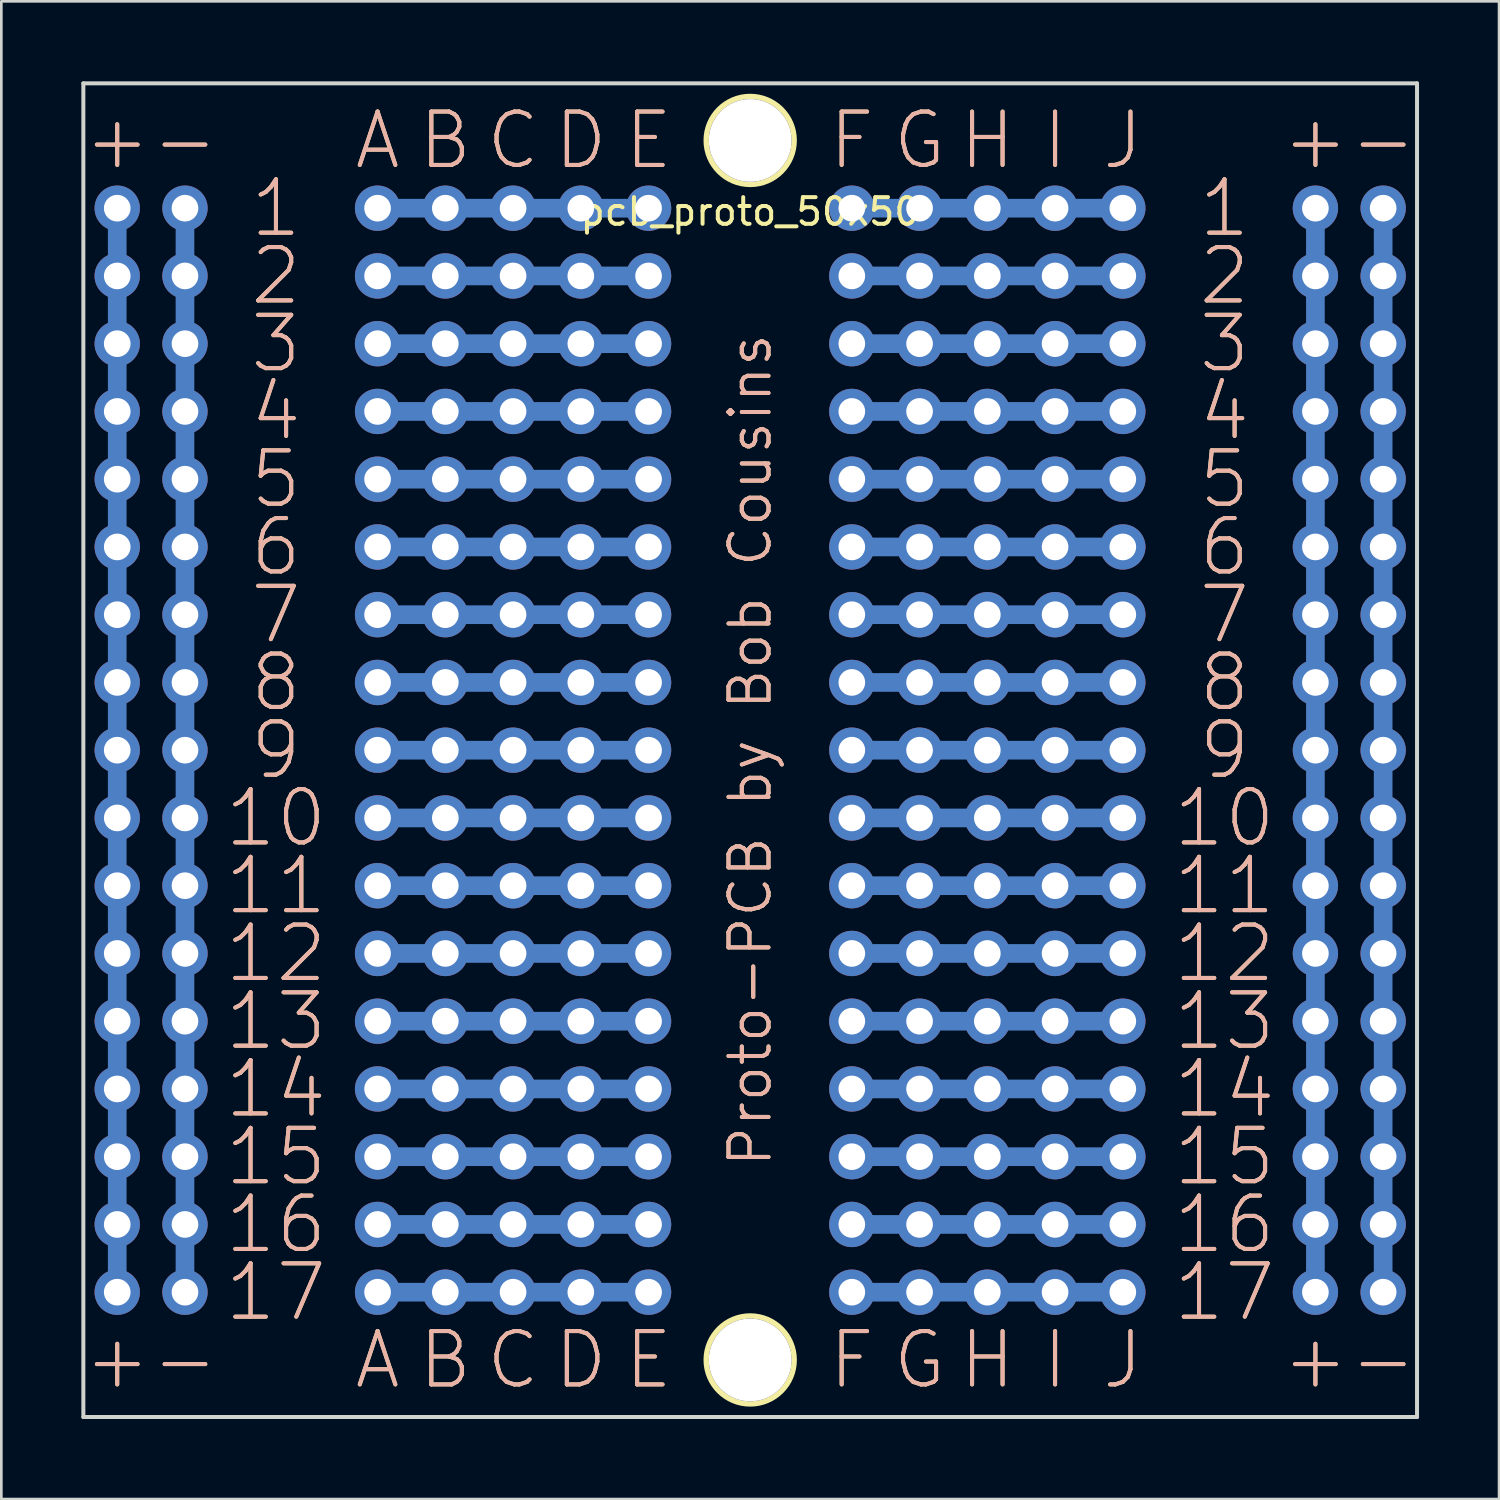
<source format=kicad_pcb>
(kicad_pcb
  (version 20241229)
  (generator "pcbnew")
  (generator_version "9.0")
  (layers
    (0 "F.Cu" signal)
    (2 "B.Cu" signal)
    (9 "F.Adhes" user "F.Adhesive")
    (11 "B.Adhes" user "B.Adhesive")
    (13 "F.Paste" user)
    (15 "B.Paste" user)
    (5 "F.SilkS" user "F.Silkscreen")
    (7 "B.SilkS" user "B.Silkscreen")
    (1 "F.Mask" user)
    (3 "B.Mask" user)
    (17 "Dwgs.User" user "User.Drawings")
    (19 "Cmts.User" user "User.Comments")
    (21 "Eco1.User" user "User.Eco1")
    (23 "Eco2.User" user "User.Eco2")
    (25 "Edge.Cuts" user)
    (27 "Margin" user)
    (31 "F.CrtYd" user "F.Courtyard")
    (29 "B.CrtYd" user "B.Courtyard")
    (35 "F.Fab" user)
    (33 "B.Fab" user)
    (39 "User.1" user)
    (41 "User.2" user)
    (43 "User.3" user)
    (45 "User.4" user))
  (footprint "pcb_proto_50x50"
    (layer "F.Cu")
    (at 25.075 3.885)
    (property "Reference" "pcb_proto_50x50" (at 0 1 0) (layer "F.SilkS") (effects (font (size 1 1) (thickness 0.15))))
    (attr through_hole)
    (fp_circle (center 0 -1.67) (end 1.65 -1.67) (stroke (width 0.2) (type solid)) (fill no) (layer "F.SilkS"))
    (fp_circle (center 0 44.05) (end 1.65 44.05) (stroke (width 0.2) (type solid)) (fill no) (layer "F.SilkS"))
    (fp_line (start -25 -3.81) (end -25 46.19) (stroke (width 0.15) (type solid)) (layer "Edge.Cuts"))
    (fp_line (start -25 46.19) (end 25 46.19) (stroke (width 0.15) (type solid)) (layer "Edge.Cuts"))
    (fp_line (start 25 -3.81) (end -25 -3.81) (stroke (width 0.15) (type solid)) (layer "Edge.Cuts"))
    (fp_line (start 25 46.19) (end 25 -3.81) (stroke (width 0.15) (type solid)) (layer "Edge.Cuts"))
    (fp_text user "H" (at 8.89 44.05 0) (layer "F.SilkS") (effects (font (size 2 2) (thickness 0.15))))
    (fp_text user "16" (at -17.78 38.97 0) (layer "F.SilkS") (effects (font (size 2 2) (thickness 0.15))))
    (fp_text user "G" (at 6.35 -1.67 0) (layer "F.SilkS") (effects (font (size 2 2) (thickness 0.15))))
    (fp_text user "9" (at -17.78 21.19 0) (layer "F.SilkS") (effects (font (size 2 2) (thickness 0.15))))
    (fp_text user "D" (at -6.35 44.05 0) (layer "F.SilkS") (effects (font (size 2 2) (thickness 0.15))))
    (fp_text user "4" (at 17.78 8.49 0) (layer "F.SilkS") (effects (font (size 2 2) (thickness 0.15))))
    (fp_text user "A" (at -13.97 44.05 0) (layer "F.SilkS") (effects (font (size 2 2) (thickness 0.15))))
    (fp_text user "6" (at -17.78 13.57 0) (layer "F.SilkS") (effects (font (size 2 2) (thickness 0.15))))
    (fp_text user "+" (at 21.19 -1.67 0) (layer "F.SilkS") (effects (font (size 2 2) (thickness 0.15))))
    (fp_text user "8" (at -17.78 18.65 0) (layer "F.SilkS") (effects (font (size 2 2) (thickness 0.15))))
    (fp_text user "-" (at 23.73 44.05 0) (layer "F.SilkS") (effects (font (size 2 2) (thickness 0.15))))
    (fp_text user "13" (at 17.78 31.35 0) (layer "F.SilkS") (effects (font (size 2 2) (thickness 0.15))))
    (fp_text user "11" (at 17.78 26.27 0) (layer "F.SilkS") (effects (font (size 2 2) (thickness 0.15))))
    (fp_text user "E" (at -3.81 -1.67 0) (layer "F.SilkS") (effects (font (size 2 2) (thickness 0.15))))
    (fp_text user "-" (at -21.19 -1.67 0) (layer "F.SilkS") (effects (font (size 2 2) (thickness 0.15))))
    (fp_text user "7" (at -17.78 16.11 0) (layer "F.SilkS") (effects (font (size 2 2) (thickness 0.15))))
    (fp_text user "J" (at 13.97 44.05 0) (layer "F.SilkS") (effects (font (size 2 2) (thickness 0.15))))
    (fp_text user "3" (at 17.78 5.95 0) (layer "F.SilkS") (effects (font (size 2 2) (thickness 0.15))))
    (fp_text user "16" (at 17.78 38.97 0) (layer "F.SilkS") (effects (font (size 2 2) (thickness 0.15))))
    (fp_text user "2" (at 17.78 3.41 0) (layer "F.SilkS") (effects (font (size 2 2) (thickness 0.15))))
    (fp_text user "11" (at -17.78 26.27 0) (layer "F.SilkS") (effects (font (size 2 2) (thickness 0.15))))
    (fp_text user "+" (at 21.19 44.05 0) (layer "F.SilkS") (effects (font (size 2 2) (thickness 0.15))))
    (fp_text user "3" (at -17.78 5.95 0) (layer "F.SilkS") (effects (font (size 2 2) (thickness 0.15))))
    (fp_text user "B" (at -11.43 -1.67 0) (layer "F.SilkS") (effects (font (size 2 2) (thickness 0.15))))
    (fp_text user "B" (at -11.43 44.05 0) (layer "F.SilkS") (effects (font (size 2 2) (thickness 0.15))))
    (fp_text user "I" (at 11.43 44.05 0) (layer "F.SilkS") (effects (font (size 2 2) (thickness 0.15))))
    (fp_text user "15" (at -17.78 36.43 0) (layer "F.SilkS") (effects (font (size 2 2) (thickness 0.15))))
    (fp_text user "9" (at 17.78 21.19 0) (layer "F.SilkS") (effects (font (size 2 2) (thickness 0.15))))
    (fp_text user "F" (at 3.81 44.05 0) (layer "F.SilkS") (effects (font (size 2 2) (thickness 0.15))))
    (fp_text user "5" (at -17.78 11.03 0) (layer "F.SilkS") (effects (font (size 2 2) (thickness 0.15))))
    (fp_text user "J" (at 13.97 -1.67 0) (layer "F.SilkS") (effects (font (size 2 2) (thickness 0.15))))
    (fp_text user "-" (at 23.73 -1.67 0) (layer "F.SilkS") (effects (font (size 2 2) (thickness 0.15))))
    (fp_text user "12" (at -17.78 28.81 0) (layer "F.SilkS") (effects (font (size 2 2) (thickness 0.15))))
    (fp_text user "6" (at 17.78 13.57 0) (layer "F.SilkS") (effects (font (size 2 2) (thickness 0.15))))
    (fp_text user "1" (at -17.78 0.87 0) (layer "F.SilkS") (effects (font (size 2 2) (thickness 0.15))))
    (fp_text user "D" (at -6.35 -1.67 0) (layer "F.SilkS") (effects (font (size 2 2) (thickness 0.15))))
    (fp_text user "C" (at -8.89 44.05 0) (layer "F.SilkS") (effects (font (size 2 2) (thickness 0.15))))
    (fp_text user "A" (at -13.97 -1.67 0) (layer "F.SilkS") (effects (font (size 2 2) (thickness 0.15))))
    (fp_text user "13" (at -17.78 31.35 0) (layer "F.SilkS") (effects (font (size 2 2) (thickness 0.15))))
    (fp_text user "1" (at 17.78 0.87 0) (layer "F.SilkS") (effects (font (size 2 2) (thickness 0.15))))
    (fp_text user "F" (at 3.81 -1.67 0) (layer "F.SilkS") (effects (font (size 2 2) (thickness 0.15))))
    (fp_text user "10" (at -17.78 23.73 0) (layer "F.SilkS") (effects (font (size 2 2) (thickness 0.15))))
    (fp_text user "Proto-PCB by Bob Cousins" (at 0 21.19 90) (layer "F.SilkS") (effects (font (size 1.5 1.5) (thickness 0.15))))
    (fp_text user "14" (at 17.78 33.89 0) (layer "F.SilkS") (effects (font (size 2 2) (thickness 0.15))))
    (fp_text user "+" (at -23.73 -1.67 0) (layer "F.SilkS") (effects (font (size 2 2) (thickness 0.15))))
    (fp_text user "17" (at 17.78 41.51 0) (layer "F.SilkS") (effects (font (size 2 2) (thickness 0.15))))
    (fp_text user "C" (at -8.89 -1.67 0) (layer "F.SilkS") (effects (font (size 2 2) (thickness 0.15))))
    (fp_text user "G" (at 6.35 44.05 0) (layer "F.SilkS") (effects (font (size 2 2) (thickness 0.15))))
    (fp_text user "E" (at -3.81 44.05 0) (layer "F.SilkS") (effects (font (size 2 2) (thickness 0.15))))
    (fp_text user "+" (at -23.73 44.05 0) (layer "F.SilkS") (effects (font (size 2 2) (thickness 0.15))))
    (fp_text user "4" (at -17.78 8.49 0) (layer "F.SilkS") (effects (font (size 2 2) (thickness 0.15))))
    (fp_text user "17" (at -17.78 41.51 0) (layer "F.SilkS") (effects (font (size 2 2) (thickness 0.15))))
    (fp_text user "2" (at -17.78 3.41 0) (layer "F.SilkS") (effects (font (size 2 2) (thickness 0.15))))
    (fp_text user "10" (at 17.78 23.73 0) (layer "F.SilkS") (effects (font (size 2 2) (thickness 0.15))))
    (fp_text user "15" (at 17.78 36.43 0) (layer "F.SilkS") (effects (font (size 2 2) (thickness 0.15))))
    (fp_text user "14" (at -17.78 33.89 0) (layer "F.SilkS") (effects (font (size 2 2) (thickness 0.15))))
    (fp_text user "5" (at 17.78 11.03 0) (layer "F.SilkS") (effects (font (size 2 2) (thickness 0.15))))
    (fp_text user "12" (at 17.78 28.81 0) (layer "F.SilkS") (effects (font (size 2 2) (thickness 0.15))))
    (fp_text user "8" (at 17.78 18.65 0) (layer "F.SilkS") (effects (font (size 2 2) (thickness 0.15))))
    (fp_text user "I" (at 11.43 -1.67 0) (layer "F.SilkS") (effects (font (size 2 2) (thickness 0.15))))
    (fp_text user "H" (at 8.89 -1.67 0) (layer "F.SilkS") (effects (font (size 2 2) (thickness 0.15))))
    (fp_text user "7" (at 17.78 16.11 0) (layer "F.SilkS") (effects (font (size 2 2) (thickness 0.15))))
    (fp_text user "-" (at -21.19 44.05 0) (layer "F.SilkS") (effects (font (size 2 2) (thickness 0.15))))
    (fp_text user "16" (at 17.78 38.97 180) (layer "B.SilkS") (effects (font (size 2 2) (thickness 0.15))))
    (fp_text user "-" (at -21.19 -1.67 180) (layer "B.SilkS") (effects (font (size 2 2) (thickness 0.15))))
    (fp_text user "17" (at -17.78 41.51 180) (layer "B.SilkS") (effects (font (size 2 2) (thickness 0.15))))
    (fp_text user "+" (at -23.73 44.05 180) (layer "B.SilkS") (effects (font (size 2 2) (thickness 0.15))))
    (fp_text user "4" (at -17.78 8.49 180) (layer "B.SilkS") (effects (font (size 2 2) (thickness 0.15))))
    (fp_text user "8" (at -17.78 18.65 180) (layer "B.SilkS") (effects (font (size 2 2) (thickness 0.15))))
    (fp_text user "+" (at -23.73 -1.67 180) (layer "B.SilkS") (effects (font (size 2 2) (thickness 0.15))))
    (fp_text user "J" (at 13.97 -1.67 180) (layer "B.SilkS") (effects (font (size 2 2) (thickness 0.15))))
    (fp_text user "11" (at -17.78 26.27 180) (layer "B.SilkS") (effects (font (size 2 2) (thickness 0.15))))
    (fp_text user "17" (at 17.78 41.51 180) (layer "B.SilkS") (effects (font (size 2 2) (thickness 0.15))))
    (fp_text user "4" (at 17.78 8.49 180) (layer "B.SilkS") (effects (font (size 2 2) (thickness 0.15))))
    (fp_text user "C" (at -8.89 -1.67 180) (layer "B.SilkS") (effects (font (size 2 2) (thickness 0.15))))
    (fp_text user "E" (at -3.81 44.05 180) (layer "B.SilkS") (effects (font (size 2 2) (thickness 0.15))))
    (fp_text user "5" (at 17.78 11.03 180) (layer "B.SilkS") (effects (font (size 2 2) (thickness 0.15))))
    (fp_text user "H" (at 8.89 44.05 180) (layer "B.SilkS") (effects (font (size 2 2) (thickness 0.15))))
    (fp_text user "H" (at 8.89 -1.67 180) (layer "B.SilkS") (effects (font (size 2 2) (thickness 0.15))))
    (fp_text user "J" (at 13.97 44.05 180) (layer "B.SilkS") (effects (font (size 2 2) (thickness 0.15))))
    (fp_text user "F" (at 3.81 -1.67 180) (layer "B.SilkS") (effects (font (size 2 2) (thickness 0.15))))
    (fp_text user "2" (at 17.78 3.41 180) (layer "B.SilkS") (effects (font (size 2 2) (thickness 0.15))))
    (fp_text user "D" (at -6.35 -1.67 180) (layer "B.SilkS") (effects (font (size 2 2) (thickness 0.15))))
    (fp_text user "3" (at -17.78 5.95 180) (layer "B.SilkS") (effects (font (size 2 2) (thickness 0.15))))
    (fp_text user "D" (at -6.35 44.05 180) (layer "B.SilkS") (effects (font (size 2 2) (thickness 0.15))))
    (fp_text user "14" (at -17.78 33.89 180) (layer "B.SilkS") (effects (font (size 2 2) (thickness 0.15))))
    (fp_text user "1" (at -17.78 0.87 180) (layer "B.SilkS") (effects (font (size 2 2) (thickness 0.15))))
    (fp_text user "Proto-PCB by Bob Cousins" (at 0 21.19 270) (layer "B.SilkS") (effects (font (size 1.5 1.5) (thickness 0.15))))
    (fp_text user "G" (at 6.35 -1.67 180) (layer "B.SilkS") (effects (font (size 2 2) (thickness 0.15))))
    (fp_text user "B" (at -11.43 -1.67 180) (layer "B.SilkS") (effects (font (size 2 2) (thickness 0.15))))
    (fp_text user "E" (at -3.81 -1.67 180) (layer "B.SilkS") (effects (font (size 2 2) (thickness 0.15))))
    (fp_text user "I" (at 11.43 -1.67 180) (layer "B.SilkS") (effects (font (size 2 2) (thickness 0.15))))
    (fp_text user "9" (at -17.78 21.19 180) (layer "B.SilkS") (effects (font (size 2 2) (thickness 0.15))))
    (fp_text user "10" (at -17.78 23.73 180) (layer "B.SilkS") (effects (font (size 2 2) (thickness 0.15))))
    (fp_text user "I" (at 11.43 44.05 180) (layer "B.SilkS") (effects (font (size 2 2) (thickness 0.15))))
    (fp_text user "15" (at -17.78 36.43 180) (layer "B.SilkS") (effects (font (size 2 2) (thickness 0.15))))
    (fp_text user "+" (at 21.19 44.05 180) (layer "B.SilkS") (effects (font (size 2 2) (thickness 0.15))))
    (fp_text user "8" (at 17.78 18.65 180) (layer "B.SilkS") (effects (font (size 2 2) (thickness 0.15))))
    (fp_text user "7" (at 17.78 16.11 180) (layer "B.SilkS") (effects (font (size 2 2) (thickness 0.15))))
    (fp_text user "B" (at -11.43 44.05 180) (layer "B.SilkS") (effects (font (size 2 2) (thickness 0.15))))
    (fp_text user "6" (at -17.78 13.57 180) (layer "B.SilkS") (effects (font (size 2 2) (thickness 0.15))))
    (fp_text user "12" (at -17.78 28.81 180) (layer "B.SilkS") (effects (font (size 2 2) (thickness 0.15))))
    (fp_text user "7" (at -17.78 16.11 180) (layer "B.SilkS") (effects (font (size 2 2) (thickness 0.15))))
    (fp_text user "2" (at -17.78 3.41 180) (layer "B.SilkS") (effects (font (size 2 2) (thickness 0.15))))
    (fp_text user "13" (at -17.78 31.35 180) (layer "B.SilkS") (effects (font (size 2 2) (thickness 0.15))))
    (fp_text user "3" (at 17.78 5.95 180) (layer "B.SilkS") (effects (font (size 2 2) (thickness 0.15))))
    (fp_text user "13" (at 17.78 31.35 180) (layer "B.SilkS") (effects (font (size 2 2) (thickness 0.15))))
    (fp_text user "10" (at 17.78 23.73 180) (layer "B.SilkS") (effects (font (size 2 2) (thickness 0.15))))
    (fp_text user "A" (at -13.97 44.05 180) (layer "B.SilkS") (effects (font (size 2 2) (thickness 0.15))))
    (fp_text user "15" (at 17.78 36.43 180) (layer "B.SilkS") (effects (font (size 2 2) (thickness 0.15))))
    (fp_text user "6" (at 17.78 13.57 180) (layer "B.SilkS") (effects (font (size 2 2) (thickness 0.15))))
    (fp_text user "A" (at -13.97 -1.67 180) (layer "B.SilkS") (effects (font (size 2 2) (thickness 0.15))))
    (fp_text user "-" (at 23.73 -1.67 180) (layer "B.SilkS") (effects (font (size 2 2) (thickness 0.15))))
    (fp_text user "12" (at 17.78 28.81 180) (layer "B.SilkS") (effects (font (size 2 2) (thickness 0.15))))
    (fp_text user "G" (at 6.35 44.05 180) (layer "B.SilkS") (effects (font (size 2 2) (thickness 0.15))))
    (fp_text user "1" (at 17.78 0.87 180) (layer "B.SilkS") (effects (font (size 2 2) (thickness 0.15))))
    (fp_text user "11" (at 17.78 26.27 180) (layer "B.SilkS") (effects (font (size 2 2) (thickness 0.15))))
    (fp_text user "16" (at -17.78 38.97 180) (layer "B.SilkS") (effects (font (size 2 2) (thickness 0.15))))
    (fp_text user "-" (at 23.73 44.05 180) (layer "B.SilkS") (effects (font (size 2 2) (thickness 0.15))))
    (fp_text user "F" (at 3.81 44.05 180) (layer "B.SilkS") (effects (font (size 2 2) (thickness 0.15))))
    (fp_text user "5" (at -17.78 11.03 180) (layer "B.SilkS") (effects (font (size 2 2) (thickness 0.15))))
    (fp_text user "9" (at 17.78 21.19 180) (layer "B.SilkS") (effects (font (size 2 2) (thickness 0.15))))
    (fp_text user "-" (at -21.19 44.05 180) (layer "B.SilkS") (effects (font (size 2 2) (thickness 0.15))))
    (fp_text user "C" (at -8.89 44.05 180) (layer "B.SilkS") (effects (font (size 2 2) (thickness 0.15))))
    (fp_text user "+" (at 21.19 -1.67 180) (layer "B.SilkS") (effects (font (size 2 2) (thickness 0.15))))
    (fp_text user "14" (at 17.78 33.89 180) (layer "B.SilkS") (effects (font (size 2 2) (thickness 0.15))))
    (pad "" thru_hole circle (at -23.73 0.87) (size 1.7 1.7) (drill 1) (layers "*.Cu" "*.Mask"))
    (pad "" thru_hole circle (at -23.73 3.41) (size 1.7 1.7) (drill 1) (layers "*.Cu" "*.Mask"))
    (pad "" thru_hole circle (at -23.73 5.95) (size 1.7 1.7) (drill 1) (layers "*.Cu" "*.Mask"))
    (pad "" thru_hole circle (at -23.73 8.49) (size 1.7 1.7) (drill 1) (layers "*.Cu" "*.Mask"))
    (pad "" thru_hole circle (at -23.73 11.03) (size 1.7 1.7) (drill 1) (layers "*.Cu" "*.Mask"))
    (pad "" thru_hole circle (at -23.73 13.57) (size 1.7 1.7) (drill 1) (layers "*.Cu" "*.Mask"))
    (pad "" thru_hole circle (at -23.73 16.11) (size 1.7 1.7) (drill 1) (layers "*.Cu" "*.Mask"))
    (pad "" thru_hole circle (at -23.73 18.65) (size 1.7 1.7) (drill 1) (layers "*.Cu" "*.Mask"))
    (pad "" smd rect (at -23.73 21.19) (size 0.7 40.64) (layers "B.Cu" "B.Mask"))
    (pad "" thru_hole circle (at -23.73 21.19) (size 1.7 1.7) (drill 1) (layers "*.Cu" "*.Mask"))
    (pad "" thru_hole circle (at -23.73 23.73) (size 1.7 1.7) (drill 1) (layers "*.Cu" "*.Mask"))
    (pad "" thru_hole circle (at -23.73 26.27) (size 1.7 1.7) (drill 1) (layers "*.Cu" "*.Mask"))
    (pad "" thru_hole circle (at -23.73 28.81) (size 1.7 1.7) (drill 1) (layers "*.Cu" "*.Mask"))
    (pad "" thru_hole circle (at -23.73 31.35) (size 1.7 1.7) (drill 1) (layers "*.Cu" "*.Mask"))
    (pad "" thru_hole circle (at -23.73 33.89) (size 1.7 1.7) (drill 1) (layers "*.Cu" "*.Mask"))
    (pad "" thru_hole circle (at -23.73 36.43) (size 1.7 1.7) (drill 1) (layers "*.Cu" "*.Mask"))
    (pad "" thru_hole circle (at -23.73 38.97) (size 1.7 1.7) (drill 1) (layers "*.Cu" "*.Mask"))
    (pad "" thru_hole circle (at -23.73 41.51) (size 1.7 1.7) (drill 1) (layers "*.Cu" "*.Mask"))
    (pad "" thru_hole circle (at -21.19 0.87) (size 1.7 1.7) (drill 1) (layers "*.Cu" "*.Mask"))
    (pad "" thru_hole circle (at -21.19 3.41) (size 1.7 1.7) (drill 1) (layers "*.Cu" "*.Mask"))
    (pad "" thru_hole circle (at -21.19 5.95) (size 1.7 1.7) (drill 1) (layers "*.Cu" "*.Mask"))
    (pad "" thru_hole circle (at -21.19 8.49) (size 1.7 1.7) (drill 1) (layers "*.Cu" "*.Mask"))
    (pad "" thru_hole circle (at -21.19 11.03) (size 1.7 1.7) (drill 1) (layers "*.Cu" "*.Mask"))
    (pad "" thru_hole circle (at -21.19 13.57) (size 1.7 1.7) (drill 1) (layers "*.Cu" "*.Mask"))
    (pad "" thru_hole circle (at -21.19 16.11) (size 1.7 1.7) (drill 1) (layers "*.Cu" "*.Mask"))
    (pad "" thru_hole circle (at -21.19 18.65) (size 1.7 1.7) (drill 1) (layers "*.Cu" "*.Mask"))
    (pad "" smd rect (at -21.19 21.19) (size 0.7 40.64) (layers "B.Cu" "B.Mask"))
    (pad "" thru_hole circle (at -21.19 21.19) (size 1.7 1.7) (drill 1) (layers "*.Cu" "*.Mask"))
    (pad "" thru_hole circle (at -21.19 23.73) (size 1.7 1.7) (drill 1) (layers "*.Cu" "*.Mask"))
    (pad "" thru_hole circle (at -21.19 26.27) (size 1.7 1.7) (drill 1) (layers "*.Cu" "*.Mask"))
    (pad "" thru_hole circle (at -21.19 28.81) (size 1.7 1.7) (drill 1) (layers "*.Cu" "*.Mask"))
    (pad "" thru_hole circle (at -21.19 31.35) (size 1.7 1.7) (drill 1) (layers "*.Cu" "*.Mask"))
    (pad "" thru_hole circle (at -21.19 33.89) (size 1.7 1.7) (drill 1) (layers "*.Cu" "*.Mask"))
    (pad "" thru_hole circle (at -21.19 36.43) (size 1.7 1.7) (drill 1) (layers "*.Cu" "*.Mask"))
    (pad "" thru_hole circle (at -21.19 38.97) (size 1.7 1.7) (drill 1) (layers "*.Cu" "*.Mask"))
    (pad "" thru_hole circle (at -21.19 41.51) (size 1.7 1.7) (drill 1) (layers "*.Cu" "*.Mask"))
    (pad "" thru_hole circle (at -13.97 0.87) (size 1.7 1.7) (drill 1) (layers "*.Cu" "*.Mask"))
    (pad "" thru_hole circle (at -13.97 3.41) (size 1.7 1.7) (drill 1) (layers "*.Cu" "*.Mask"))
    (pad "" thru_hole circle (at -13.97 5.95) (size 1.7 1.7) (drill 1) (layers "*.Cu" "*.Mask"))
    (pad "" thru_hole circle (at -13.97 8.49) (size 1.7 1.7) (drill 1) (layers "*.Cu" "*.Mask"))
    (pad "" thru_hole circle (at -13.97 11.03) (size 1.7 1.7) (drill 1) (layers "*.Cu" "*.Mask"))
    (pad "" thru_hole circle (at -13.97 13.57) (size 1.7 1.7) (drill 1) (layers "*.Cu" "*.Mask"))
    (pad "" thru_hole circle (at -13.97 16.11) (size 1.7 1.7) (drill 1) (layers "*.Cu" "*.Mask"))
    (pad "" thru_hole circle (at -13.97 18.65) (size 1.7 1.7) (drill 1) (layers "*.Cu" "*.Mask"))
    (pad "" thru_hole circle (at -13.97 21.19) (size 1.7 1.7) (drill 1) (layers "*.Cu" "*.Mask"))
    (pad "" thru_hole circle (at -13.97 23.73) (size 1.7 1.7) (drill 1) (layers "*.Cu" "*.Mask"))
    (pad "" thru_hole circle (at -13.97 26.27) (size 1.7 1.7) (drill 1) (layers "*.Cu" "*.Mask"))
    (pad "" thru_hole circle (at -13.97 28.81) (size 1.7 1.7) (drill 1) (layers "*.Cu" "*.Mask"))
    (pad "" thru_hole circle (at -13.97 31.35) (size 1.7 1.7) (drill 1) (layers "*.Cu" "*.Mask"))
    (pad "" thru_hole circle (at -13.97 33.89) (size 1.7 1.7) (drill 1) (layers "*.Cu" "*.Mask"))
    (pad "" thru_hole circle (at -13.97 36.43) (size 1.7 1.7) (drill 1) (layers "*.Cu" "*.Mask"))
    (pad "" thru_hole circle (at -13.97 38.97) (size 1.7 1.7) (drill 1) (layers "*.Cu" "*.Mask"))
    (pad "" thru_hole circle (at -13.97 41.51) (size 1.7 1.7) (drill 1) (layers "*.Cu" "*.Mask"))
    (pad "" thru_hole circle (at -11.43 0.87) (size 1.7 1.7) (drill 1) (layers "*.Cu" "*.Mask"))
    (pad "" thru_hole circle (at -11.43 3.41) (size 1.7 1.7) (drill 1) (layers "*.Cu" "*.Mask"))
    (pad "" thru_hole circle (at -11.43 5.95) (size 1.7 1.7) (drill 1) (layers "*.Cu" "*.Mask"))
    (pad "" thru_hole circle (at -11.43 8.49) (size 1.7 1.7) (drill 1) (layers "*.Cu" "*.Mask"))
    (pad "" thru_hole circle (at -11.43 11.03) (size 1.7 1.7) (drill 1) (layers "*.Cu" "*.Mask"))
    (pad "" thru_hole circle (at -11.43 13.57) (size 1.7 1.7) (drill 1) (layers "*.Cu" "*.Mask"))
    (pad "" thru_hole circle (at -11.43 16.11) (size 1.7 1.7) (drill 1) (layers "*.Cu" "*.Mask"))
    (pad "" thru_hole circle (at -11.43 18.65) (size 1.7 1.7) (drill 1) (layers "*.Cu" "*.Mask"))
    (pad "" thru_hole circle (at -11.43 21.19) (size 1.7 1.7) (drill 1) (layers "*.Cu" "*.Mask"))
    (pad "" thru_hole circle (at -11.43 23.73) (size 1.7 1.7) (drill 1) (layers "*.Cu" "*.Mask"))
    (pad "" thru_hole circle (at -11.43 26.27) (size 1.7 1.7) (drill 1) (layers "*.Cu" "*.Mask"))
    (pad "" thru_hole circle (at -11.43 28.81) (size 1.7 1.7) (drill 1) (layers "*.Cu" "*.Mask"))
    (pad "" thru_hole circle (at -11.43 31.35) (size 1.7 1.7) (drill 1) (layers "*.Cu" "*.Mask"))
    (pad "" thru_hole circle (at -11.43 33.89) (size 1.7 1.7) (drill 1) (layers "*.Cu" "*.Mask"))
    (pad "" thru_hole circle (at -11.43 36.43) (size 1.7 1.7) (drill 1) (layers "*.Cu" "*.Mask"))
    (pad "" thru_hole circle (at -11.43 38.97) (size 1.7 1.7) (drill 1) (layers "*.Cu" "*.Mask"))
    (pad "" thru_hole circle (at -11.43 41.51) (size 1.7 1.7) (drill 1) (layers "*.Cu" "*.Mask"))
    (pad "" thru_hole circle (at -8.89 0.87) (size 1.7 1.7) (drill 1) (layers "*.Cu" "*.Mask"))
    (pad "" smd rect (at -8.89 0.87) (size 10.16 0.7) (layers "B.Cu" "B.Mask"))
    (pad "" thru_hole circle (at -8.89 3.41) (size 1.7 1.7) (drill 1) (layers "*.Cu" "*.Mask"))
    (pad "" smd rect (at -8.89 3.41) (size 10.16 0.7) (layers "B.Cu" "B.Mask"))
    (pad "" thru_hole circle (at -8.89 5.95) (size 1.7 1.7) (drill 1) (layers "*.Cu" "*.Mask"))
    (pad "" smd rect (at -8.89 5.95) (size 10.16 0.7) (layers "B.Cu" "B.Mask"))
    (pad "" thru_hole circle (at -8.89 8.49) (size 1.7 1.7) (drill 1) (layers "*.Cu" "*.Mask"))
    (pad "" smd rect (at -8.89 8.49) (size 10.16 0.7) (layers "B.Cu" "B.Mask"))
    (pad "" thru_hole circle (at -8.89 11.03) (size 1.7 1.7) (drill 1) (layers "*.Cu" "*.Mask"))
    (pad "" smd rect (at -8.89 11.03) (size 10.16 0.7) (layers "B.Cu" "B.Mask"))
    (pad "" thru_hole circle (at -8.89 13.57) (size 1.7 1.7) (drill 1) (layers "*.Cu" "*.Mask"))
    (pad "" smd rect (at -8.89 13.57) (size 10.16 0.7) (layers "B.Cu" "B.Mask"))
    (pad "" thru_hole circle (at -8.89 16.11) (size 1.7 1.7) (drill 1) (layers "*.Cu" "*.Mask"))
    (pad "" smd rect (at -8.89 16.11) (size 10.16 0.7) (layers "B.Cu" "B.Mask"))
    (pad "" thru_hole circle (at -8.89 18.65) (size 1.7 1.7) (drill 1) (layers "*.Cu" "*.Mask"))
    (pad "" smd rect (at -8.89 18.65) (size 10.16 0.7) (layers "B.Cu" "B.Mask"))
    (pad "" thru_hole circle (at -8.89 21.19) (size 1.7 1.7) (drill 1) (layers "*.Cu" "*.Mask"))
    (pad "" smd rect (at -8.89 21.19) (size 10.16 0.7) (layers "B.Cu" "B.Mask"))
    (pad "" thru_hole circle (at -8.89 23.73) (size 1.7 1.7) (drill 1) (layers "*.Cu" "*.Mask"))
    (pad "" smd rect (at -8.89 23.73) (size 10.16 0.7) (layers "B.Cu" "B.Mask"))
    (pad "" thru_hole circle (at -8.89 26.27) (size 1.7 1.7) (drill 1) (layers "*.Cu" "*.Mask"))
    (pad "" smd rect (at -8.89 26.27) (size 10.16 0.7) (layers "B.Cu" "B.Mask"))
    (pad "" thru_hole circle (at -8.89 28.81) (size 1.7 1.7) (drill 1) (layers "*.Cu" "*.Mask"))
    (pad "" smd rect (at -8.89 28.81) (size 10.16 0.7) (layers "B.Cu" "B.Mask"))
    (pad "" thru_hole circle (at -8.89 31.35) (size 1.7 1.7) (drill 1) (layers "*.Cu" "*.Mask"))
    (pad "" smd rect (at -8.89 31.35) (size 10.16 0.7) (layers "B.Cu" "B.Mask"))
    (pad "" thru_hole circle (at -8.89 33.89) (size 1.7 1.7) (drill 1) (layers "*.Cu" "*.Mask"))
    (pad "" smd rect (at -8.89 33.89) (size 10.16 0.7) (layers "B.Cu" "B.Mask"))
    (pad "" thru_hole circle (at -8.89 36.43) (size 1.7 1.7) (drill 1) (layers "*.Cu" "*.Mask"))
    (pad "" smd rect (at -8.89 36.43) (size 10.16 0.7) (layers "B.Cu" "B.Mask"))
    (pad "" thru_hole circle (at -8.89 38.97) (size 1.7 1.7) (drill 1) (layers "*.Cu" "*.Mask"))
    (pad "" smd rect (at -8.89 38.97) (size 10.16 0.7) (layers "B.Cu" "B.Mask"))
    (pad "" thru_hole circle (at -8.89 41.51) (size 1.7 1.7) (drill 1) (layers "*.Cu" "*.Mask"))
    (pad "" smd rect (at -8.89 41.51) (size 10.16 0.7) (layers "B.Cu" "B.Mask"))
    (pad "" thru_hole circle (at -6.35 0.87) (size 1.7 1.7) (drill 1) (layers "*.Cu" "*.Mask"))
    (pad "" thru_hole circle (at -6.35 3.41) (size 1.7 1.7) (drill 1) (layers "*.Cu" "*.Mask"))
    (pad "" thru_hole circle (at -6.35 5.95) (size 1.7 1.7) (drill 1) (layers "*.Cu" "*.Mask"))
    (pad "" thru_hole circle (at -6.35 8.49) (size 1.7 1.7) (drill 1) (layers "*.Cu" "*.Mask"))
    (pad "" thru_hole circle (at -6.35 11.03) (size 1.7 1.7) (drill 1) (layers "*.Cu" "*.Mask"))
    (pad "" thru_hole circle (at -6.35 13.57) (size 1.7 1.7) (drill 1) (layers "*.Cu" "*.Mask"))
    (pad "" thru_hole circle (at -6.35 16.11) (size 1.7 1.7) (drill 1) (layers "*.Cu" "*.Mask"))
    (pad "" thru_hole circle (at -6.35 18.65) (size 1.7 1.7) (drill 1) (layers "*.Cu" "*.Mask"))
    (pad "" thru_hole circle (at -6.35 21.19) (size 1.7 1.7) (drill 1) (layers "*.Cu" "*.Mask"))
    (pad "" thru_hole circle (at -6.35 23.73) (size 1.7 1.7) (drill 1) (layers "*.Cu" "*.Mask"))
    (pad "" thru_hole circle (at -6.35 26.27) (size 1.7 1.7) (drill 1) (layers "*.Cu" "*.Mask"))
    (pad "" thru_hole circle (at -6.35 28.81) (size 1.7 1.7) (drill 1) (layers "*.Cu" "*.Mask"))
    (pad "" thru_hole circle (at -6.35 31.35) (size 1.7 1.7) (drill 1) (layers "*.Cu" "*.Mask"))
    (pad "" thru_hole circle (at -6.35 33.89) (size 1.7 1.7) (drill 1) (layers "*.Cu" "*.Mask"))
    (pad "" thru_hole circle (at -6.35 36.43) (size 1.7 1.7) (drill 1) (layers "*.Cu" "*.Mask"))
    (pad "" thru_hole circle (at -6.35 38.97) (size 1.7 1.7) (drill 1) (layers "*.Cu" "*.Mask"))
    (pad "" thru_hole circle (at -6.35 41.51) (size 1.7 1.7) (drill 1) (layers "*.Cu" "*.Mask"))
    (pad "" thru_hole circle (at -3.81 0.87) (size 1.7 1.7) (drill 1) (layers "*.Cu" "*.Mask"))
    (pad "" thru_hole circle (at -3.81 3.41) (size 1.7 1.7) (drill 1) (layers "*.Cu" "*.Mask"))
    (pad "" thru_hole circle (at -3.81 5.95) (size 1.7 1.7) (drill 1) (layers "*.Cu" "*.Mask"))
    (pad "" thru_hole circle (at -3.81 8.49) (size 1.7 1.7) (drill 1) (layers "*.Cu" "*.Mask"))
    (pad "" thru_hole circle (at -3.81 11.03) (size 1.7 1.7) (drill 1) (layers "*.Cu" "*.Mask"))
    (pad "" thru_hole circle (at -3.81 13.57) (size 1.7 1.7) (drill 1) (layers "*.Cu" "*.Mask"))
    (pad "" thru_hole circle (at -3.81 16.11) (size 1.7 1.7) (drill 1) (layers "*.Cu" "*.Mask"))
    (pad "" thru_hole circle (at -3.81 18.65) (size 1.7 1.7) (drill 1) (layers "*.Cu" "*.Mask"))
    (pad "" thru_hole circle (at -3.81 21.19) (size 1.7 1.7) (drill 1) (layers "*.Cu" "*.Mask"))
    (pad "" thru_hole circle (at -3.81 23.73) (size 1.7 1.7) (drill 1) (layers "*.Cu" "*.Mask"))
    (pad "" thru_hole circle (at -3.81 26.27) (size 1.7 1.7) (drill 1) (layers "*.Cu" "*.Mask"))
    (pad "" thru_hole circle (at -3.81 28.81) (size 1.7 1.7) (drill 1) (layers "*.Cu" "*.Mask"))
    (pad "" thru_hole circle (at -3.81 31.35) (size 1.7 1.7) (drill 1) (layers "*.Cu" "*.Mask"))
    (pad "" thru_hole circle (at -3.81 33.89) (size 1.7 1.7) (drill 1) (layers "*.Cu" "*.Mask"))
    (pad "" thru_hole circle (at -3.81 36.43) (size 1.7 1.7) (drill 1) (layers "*.Cu" "*.Mask"))
    (pad "" thru_hole circle (at -3.81 38.97) (size 1.7 1.7) (drill 1) (layers "*.Cu" "*.Mask"))
    (pad "" thru_hole circle (at -3.81 41.51) (size 1.7 1.7) (drill 1) (layers "*.Cu" "*.Mask"))
    (pad "" thru_hole circle (at 0 -1.67) (size 3.1 3.1) (drill 3.1) (layers "*.Cu" "*.Mask"))
    (pad "" thru_hole circle (at 0 44.05) (size 3.1 3.1) (drill 3.1) (layers "*.Cu" "*.Mask"))
    (pad "" thru_hole circle (at 3.81 0.87) (size 1.7 1.7) (drill 1) (layers "*.Cu" "*.Mask"))
    (pad "" thru_hole circle (at 3.81 3.41) (size 1.7 1.7) (drill 1) (layers "*.Cu" "*.Mask"))
    (pad "" thru_hole circle (at 3.81 5.95) (size 1.7 1.7) (drill 1) (layers "*.Cu" "*.Mask"))
    (pad "" thru_hole circle (at 3.81 8.49) (size 1.7 1.7) (drill 1) (layers "*.Cu" "*.Mask"))
    (pad "" thru_hole circle (at 3.81 11.03) (size 1.7 1.7) (drill 1) (layers "*.Cu" "*.Mask"))
    (pad "" thru_hole circle (at 3.81 13.57) (size 1.7 1.7) (drill 1) (layers "*.Cu" "*.Mask"))
    (pad "" thru_hole circle (at 3.81 16.11) (size 1.7 1.7) (drill 1) (layers "*.Cu" "*.Mask"))
    (pad "" thru_hole circle (at 3.81 18.65) (size 1.7 1.7) (drill 1) (layers "*.Cu" "*.Mask"))
    (pad "" thru_hole circle (at 3.81 21.19) (size 1.7 1.7) (drill 1) (layers "*.Cu" "*.Mask"))
    (pad "" thru_hole circle (at 3.81 23.73) (size 1.7 1.7) (drill 1) (layers "*.Cu" "*.Mask"))
    (pad "" thru_hole circle (at 3.81 26.27) (size 1.7 1.7) (drill 1) (layers "*.Cu" "*.Mask"))
    (pad "" thru_hole circle (at 3.81 28.81) (size 1.7 1.7) (drill 1) (layers "*.Cu" "*.Mask"))
    (pad "" thru_hole circle (at 3.81 31.35) (size 1.7 1.7) (drill 1) (layers "*.Cu" "*.Mask"))
    (pad "" thru_hole circle (at 3.81 33.89) (size 1.7 1.7) (drill 1) (layers "*.Cu" "*.Mask"))
    (pad "" thru_hole circle (at 3.81 36.43) (size 1.7 1.7) (drill 1) (layers "*.Cu" "*.Mask"))
    (pad "" thru_hole circle (at 3.81 38.97) (size 1.7 1.7) (drill 1) (layers "*.Cu" "*.Mask"))
    (pad "" thru_hole circle (at 3.81 41.51) (size 1.7 1.7) (drill 1) (layers "*.Cu" "*.Mask"))
    (pad "" thru_hole circle (at 6.35 0.87) (size 1.7 1.7) (drill 1) (layers "*.Cu" "*.Mask"))
    (pad "" thru_hole circle (at 6.35 3.41) (size 1.7 1.7) (drill 1) (layers "*.Cu" "*.Mask"))
    (pad "" thru_hole circle (at 6.35 5.95) (size 1.7 1.7) (drill 1) (layers "*.Cu" "*.Mask"))
    (pad "" thru_hole circle (at 6.35 8.49) (size 1.7 1.7) (drill 1) (layers "*.Cu" "*.Mask"))
    (pad "" thru_hole circle (at 6.35 11.03) (size 1.7 1.7) (drill 1) (layers "*.Cu" "*.Mask"))
    (pad "" thru_hole circle (at 6.35 13.57) (size 1.7 1.7) (drill 1) (layers "*.Cu" "*.Mask"))
    (pad "" thru_hole circle (at 6.35 16.11) (size 1.7 1.7) (drill 1) (layers "*.Cu" "*.Mask"))
    (pad "" thru_hole circle (at 6.35 18.65) (size 1.7 1.7) (drill 1) (layers "*.Cu" "*.Mask"))
    (pad "" thru_hole circle (at 6.35 21.19) (size 1.7 1.7) (drill 1) (layers "*.Cu" "*.Mask"))
    (pad "" thru_hole circle (at 6.35 23.73) (size 1.7 1.7) (drill 1) (layers "*.Cu" "*.Mask"))
    (pad "" thru_hole circle (at 6.35 26.27) (size 1.7 1.7) (drill 1) (layers "*.Cu" "*.Mask"))
    (pad "" thru_hole circle (at 6.35 28.81) (size 1.7 1.7) (drill 1) (layers "*.Cu" "*.Mask"))
    (pad "" thru_hole circle (at 6.35 31.35) (size 1.7 1.7) (drill 1) (layers "*.Cu" "*.Mask"))
    (pad "" thru_hole circle (at 6.35 33.89) (size 1.7 1.7) (drill 1) (layers "*.Cu" "*.Mask"))
    (pad "" thru_hole circle (at 6.35 36.43) (size 1.7 1.7) (drill 1) (layers "*.Cu" "*.Mask"))
    (pad "" thru_hole circle (at 6.35 38.97) (size 1.7 1.7) (drill 1) (layers "*.Cu" "*.Mask"))
    (pad "" thru_hole circle (at 6.35 41.51) (size 1.7 1.7) (drill 1) (layers "*.Cu" "*.Mask"))
    (pad "" thru_hole circle (at 8.89 0.87) (size 1.7 1.7) (drill 1) (layers "*.Cu" "*.Mask"))
    (pad "" smd rect (at 8.89 0.87) (size 10.16 0.7) (layers "B.Cu" "B.Mask"))
    (pad "" thru_hole circle (at 8.89 3.41) (size 1.7 1.7) (drill 1) (layers "*.Cu" "*.Mask"))
    (pad "" smd rect (at 8.89 3.41) (size 10.16 0.7) (layers "B.Cu" "B.Mask"))
    (pad "" thru_hole circle (at 8.89 5.95) (size 1.7 1.7) (drill 1) (layers "*.Cu" "*.Mask"))
    (pad "" smd rect (at 8.89 5.95) (size 10.16 0.7) (layers "B.Cu" "B.Mask"))
    (pad "" thru_hole circle (at 8.89 8.49) (size 1.7 1.7) (drill 1) (layers "*.Cu" "*.Mask"))
    (pad "" smd rect (at 8.89 8.49) (size 10.16 0.7) (layers "B.Cu" "B.Mask"))
    (pad "" thru_hole circle (at 8.89 11.03) (size 1.7 1.7) (drill 1) (layers "*.Cu" "*.Mask"))
    (pad "" smd rect (at 8.89 11.03) (size 10.16 0.7) (layers "B.Cu" "B.Mask"))
    (pad "" thru_hole circle (at 8.89 13.57) (size 1.7 1.7) (drill 1) (layers "*.Cu" "*.Mask"))
    (pad "" smd rect (at 8.89 13.57) (size 10.16 0.7) (layers "B.Cu" "B.Mask"))
    (pad "" thru_hole circle (at 8.89 16.11) (size 1.7 1.7) (drill 1) (layers "*.Cu" "*.Mask"))
    (pad "" smd rect (at 8.89 16.11) (size 10.16 0.7) (layers "B.Cu" "B.Mask"))
    (pad "" thru_hole circle (at 8.89 18.65) (size 1.7 1.7) (drill 1) (layers "*.Cu" "*.Mask"))
    (pad "" smd rect (at 8.89 18.65) (size 10.16 0.7) (layers "B.Cu" "B.Mask"))
    (pad "" thru_hole circle (at 8.89 21.19) (size 1.7 1.7) (drill 1) (layers "*.Cu" "*.Mask"))
    (pad "" smd rect (at 8.89 21.19) (size 10.16 0.7) (layers "B.Cu" "B.Mask"))
    (pad "" thru_hole circle (at 8.89 23.73) (size 1.7 1.7) (drill 1) (layers "*.Cu" "*.Mask"))
    (pad "" smd rect (at 8.89 23.73) (size 10.16 0.7) (layers "B.Cu" "B.Mask"))
    (pad "" thru_hole circle (at 8.89 26.27) (size 1.7 1.7) (drill 1) (layers "*.Cu" "*.Mask"))
    (pad "" smd rect (at 8.89 26.27) (size 10.16 0.7) (layers "B.Cu" "B.Mask"))
    (pad "" thru_hole circle (at 8.89 28.81) (size 1.7 1.7) (drill 1) (layers "*.Cu" "*.Mask"))
    (pad "" smd rect (at 8.89 28.81) (size 10.16 0.7) (layers "B.Cu" "B.Mask"))
    (pad "" thru_hole circle (at 8.89 31.35) (size 1.7 1.7) (drill 1) (layers "*.Cu" "*.Mask"))
    (pad "" smd rect (at 8.89 31.35) (size 10.16 0.7) (layers "B.Cu" "B.Mask"))
    (pad "" thru_hole circle (at 8.89 33.89) (size 1.7 1.7) (drill 1) (layers "*.Cu" "*.Mask"))
    (pad "" smd rect (at 8.89 33.89) (size 10.16 0.7) (layers "B.Cu" "B.Mask"))
    (pad "" thru_hole circle (at 8.89 36.43) (size 1.7 1.7) (drill 1) (layers "*.Cu" "*.Mask"))
    (pad "" smd rect (at 8.89 36.43) (size 10.16 0.7) (layers "B.Cu" "B.Mask"))
    (pad "" thru_hole circle (at 8.89 38.97) (size 1.7 1.7) (drill 1) (layers "*.Cu" "*.Mask"))
    (pad "" smd rect (at 8.89 38.97) (size 10.16 0.7) (layers "B.Cu" "B.Mask"))
    (pad "" thru_hole circle (at 8.89 41.51) (size 1.7 1.7) (drill 1) (layers "*.Cu" "*.Mask"))
    (pad "" smd rect (at 8.89 41.51) (size 10.16 0.7) (layers "B.Cu" "B.Mask"))
    (pad "" thru_hole circle (at 11.43 0.87) (size 1.7 1.7) (drill 1) (layers "*.Cu" "*.Mask"))
    (pad "" thru_hole circle (at 11.43 3.41) (size 1.7 1.7) (drill 1) (layers "*.Cu" "*.Mask"))
    (pad "" thru_hole circle (at 11.43 5.95) (size 1.7 1.7) (drill 1) (layers "*.Cu" "*.Mask"))
    (pad "" thru_hole circle (at 11.43 8.49) (size 1.7 1.7) (drill 1) (layers "*.Cu" "*.Mask"))
    (pad "" thru_hole circle (at 11.43 11.03) (size 1.7 1.7) (drill 1) (layers "*.Cu" "*.Mask"))
    (pad "" thru_hole circle (at 11.43 13.57) (size 1.7 1.7) (drill 1) (layers "*.Cu" "*.Mask"))
    (pad "" thru_hole circle (at 11.43 16.11) (size 1.7 1.7) (drill 1) (layers "*.Cu" "*.Mask"))
    (pad "" thru_hole circle (at 11.43 18.65) (size 1.7 1.7) (drill 1) (layers "*.Cu" "*.Mask"))
    (pad "" thru_hole circle (at 11.43 21.19) (size 1.7 1.7) (drill 1) (layers "*.Cu" "*.Mask"))
    (pad "" thru_hole circle (at 11.43 23.73) (size 1.7 1.7) (drill 1) (layers "*.Cu" "*.Mask"))
    (pad "" thru_hole circle (at 11.43 26.27) (size 1.7 1.7) (drill 1) (layers "*.Cu" "*.Mask"))
    (pad "" thru_hole circle (at 11.43 28.81) (size 1.7 1.7) (drill 1) (layers "*.Cu" "*.Mask"))
    (pad "" thru_hole circle (at 11.43 31.35) (size 1.7 1.7) (drill 1) (layers "*.Cu" "*.Mask"))
    (pad "" thru_hole circle (at 11.43 33.89) (size 1.7 1.7) (drill 1) (layers "*.Cu" "*.Mask"))
    (pad "" thru_hole circle (at 11.43 36.43) (size 1.7 1.7) (drill 1) (layers "*.Cu" "*.Mask"))
    (pad "" thru_hole circle (at 11.43 38.97) (size 1.7 1.7) (drill 1) (layers "*.Cu" "*.Mask"))
    (pad "" thru_hole circle (at 11.43 41.51) (size 1.7 1.7) (drill 1) (layers "*.Cu" "*.Mask"))
    (pad "" thru_hole circle (at 13.97 0.87) (size 1.7 1.7) (drill 1) (layers "*.Cu" "*.Mask"))
    (pad "" thru_hole circle (at 13.97 3.41) (size 1.7 1.7) (drill 1) (layers "*.Cu" "*.Mask"))
    (pad "" thru_hole circle (at 13.97 5.95) (size 1.7 1.7) (drill 1) (layers "*.Cu" "*.Mask"))
    (pad "" thru_hole circle (at 13.97 8.49) (size 1.7 1.7) (drill 1) (layers "*.Cu" "*.Mask"))
    (pad "" thru_hole circle (at 13.97 11.03) (size 1.7 1.7) (drill 1) (layers "*.Cu" "*.Mask"))
    (pad "" thru_hole circle (at 13.97 13.57) (size 1.7 1.7) (drill 1) (layers "*.Cu" "*.Mask"))
    (pad "" thru_hole circle (at 13.97 16.11) (size 1.7 1.7) (drill 1) (layers "*.Cu" "*.Mask"))
    (pad "" thru_hole circle (at 13.97 18.65) (size 1.7 1.7) (drill 1) (layers "*.Cu" "*.Mask"))
    (pad "" thru_hole circle (at 13.97 21.19) (size 1.7 1.7) (drill 1) (layers "*.Cu" "*.Mask"))
    (pad "" thru_hole circle (at 13.97 23.73) (size 1.7 1.7) (drill 1) (layers "*.Cu" "*.Mask"))
    (pad "" thru_hole circle (at 13.97 26.27) (size 1.7 1.7) (drill 1) (layers "*.Cu" "*.Mask"))
    (pad "" thru_hole circle (at 13.97 28.81) (size 1.7 1.7) (drill 1) (layers "*.Cu" "*.Mask"))
    (pad "" thru_hole circle (at 13.97 31.35) (size 1.7 1.7) (drill 1) (layers "*.Cu" "*.Mask"))
    (pad "" thru_hole circle (at 13.97 33.89) (size 1.7 1.7) (drill 1) (layers "*.Cu" "*.Mask"))
    (pad "" thru_hole circle (at 13.97 36.43) (size 1.7 1.7) (drill 1) (layers "*.Cu" "*.Mask"))
    (pad "" thru_hole circle (at 13.97 38.97) (size 1.7 1.7) (drill 1) (layers "*.Cu" "*.Mask"))
    (pad "" thru_hole circle (at 13.97 41.51) (size 1.7 1.7) (drill 1) (layers "*.Cu" "*.Mask"))
    (pad "" thru_hole circle (at 21.19 0.87) (size 1.7 1.7) (drill 1) (layers "*.Cu" "*.Mask"))
    (pad "" thru_hole circle (at 21.19 3.41) (size 1.7 1.7) (drill 1) (layers "*.Cu" "*.Mask"))
    (pad "" thru_hole circle (at 21.19 5.95) (size 1.7 1.7) (drill 1) (layers "*.Cu" "*.Mask"))
    (pad "" thru_hole circle (at 21.19 8.49) (size 1.7 1.7) (drill 1) (layers "*.Cu" "*.Mask"))
    (pad "" thru_hole circle (at 21.19 11.03) (size 1.7 1.7) (drill 1) (layers "*.Cu" "*.Mask"))
    (pad "" thru_hole circle (at 21.19 13.57) (size 1.7 1.7) (drill 1) (layers "*.Cu" "*.Mask"))
    (pad "" thru_hole circle (at 21.19 16.11) (size 1.7 1.7) (drill 1) (layers "*.Cu" "*.Mask"))
    (pad "" thru_hole circle (at 21.19 18.65) (size 1.7 1.7) (drill 1) (layers "*.Cu" "*.Mask"))
    (pad "" smd rect (at 21.19 21.19) (size 0.7 40.64) (layers "B.Cu" "B.Mask"))
    (pad "" thru_hole circle (at 21.19 21.19) (size 1.7 1.7) (drill 1) (layers "*.Cu" "*.Mask"))
    (pad "" thru_hole circle (at 21.19 23.73) (size 1.7 1.7) (drill 1) (layers "*.Cu" "*.Mask"))
    (pad "" thru_hole circle (at 21.19 26.27) (size 1.7 1.7) (drill 1) (layers "*.Cu" "*.Mask"))
    (pad "" thru_hole circle (at 21.19 28.81) (size 1.7 1.7) (drill 1) (layers "*.Cu" "*.Mask"))
    (pad "" thru_hole circle (at 21.19 31.35) (size 1.7 1.7) (drill 1) (layers "*.Cu" "*.Mask"))
    (pad "" thru_hole circle (at 21.19 33.89) (size 1.7 1.7) (drill 1) (layers "*.Cu" "*.Mask"))
    (pad "" thru_hole circle (at 21.19 36.43) (size 1.7 1.7) (drill 1) (layers "*.Cu" "*.Mask"))
    (pad "" thru_hole circle (at 21.19 38.97) (size 1.7 1.7) (drill 1) (layers "*.Cu" "*.Mask"))
    (pad "" thru_hole circle (at 21.19 41.51) (size 1.7 1.7) (drill 1) (layers "*.Cu" "*.Mask"))
    (pad "" thru_hole circle (at 23.73 0.87) (size 1.7 1.7) (drill 1) (layers "*.Cu" "*.Mask"))
    (pad "" thru_hole circle (at 23.73 3.41) (size 1.7 1.7) (drill 1) (layers "*.Cu" "*.Mask"))
    (pad "" thru_hole circle (at 23.73 5.95) (size 1.7 1.7) (drill 1) (layers "*.Cu" "*.Mask"))
    (pad "" thru_hole circle (at 23.73 8.49) (size 1.7 1.7) (drill 1) (layers "*.Cu" "*.Mask"))
    (pad "" thru_hole circle (at 23.73 11.03) (size 1.7 1.7) (drill 1) (layers "*.Cu" "*.Mask"))
    (pad "" thru_hole circle (at 23.73 13.57) (size 1.7 1.7) (drill 1) (layers "*.Cu" "*.Mask"))
    (pad "" thru_hole circle (at 23.73 16.11) (size 1.7 1.7) (drill 1) (layers "*.Cu" "*.Mask"))
    (pad "" thru_hole circle (at 23.73 18.65) (size 1.7 1.7) (drill 1) (layers "*.Cu" "*.Mask"))
    (pad "" smd rect (at 23.73 21.19) (size 0.7 40.64) (layers "B.Cu" "B.Mask"))
    (pad "" thru_hole circle (at 23.73 21.19) (size 1.7 1.7) (drill 1) (layers "*.Cu" "*.Mask"))
    (pad "" thru_hole circle (at 23.73 23.73) (size 1.7 1.7) (drill 1) (layers "*.Cu" "*.Mask"))
    (pad "" thru_hole circle (at 23.73 26.27) (size 1.7 1.7) (drill 1) (layers "*.Cu" "*.Mask"))
    (pad "" thru_hole circle (at 23.73 28.81) (size 1.7 1.7) (drill 1) (layers "*.Cu" "*.Mask"))
    (pad "" thru_hole circle (at 23.73 31.35) (size 1.7 1.7) (drill 1) (layers "*.Cu" "*.Mask"))
    (pad "" thru_hole circle (at 23.73 33.89) (size 1.7 1.7) (drill 1) (layers "*.Cu" "*.Mask"))
    (pad "" thru_hole circle (at 23.73 36.43) (size 1.7 1.7) (drill 1) (layers "*.Cu" "*.Mask"))
    (pad "" thru_hole circle (at 23.73 38.97) (size 1.7 1.7) (drill 1) (layers "*.Cu" "*.Mask"))
    (pad "" thru_hole circle (at 23.73 41.51) (size 1.7 1.7) (drill 1) (layers "*.Cu" "*.Mask")))
  (gr_rect
    (start -3 -3)
    (end 53.15 53.15)
    (stroke (width 0.1) (type default))
    (fill no)
    (layer "Edge.Cuts")))
</source>
